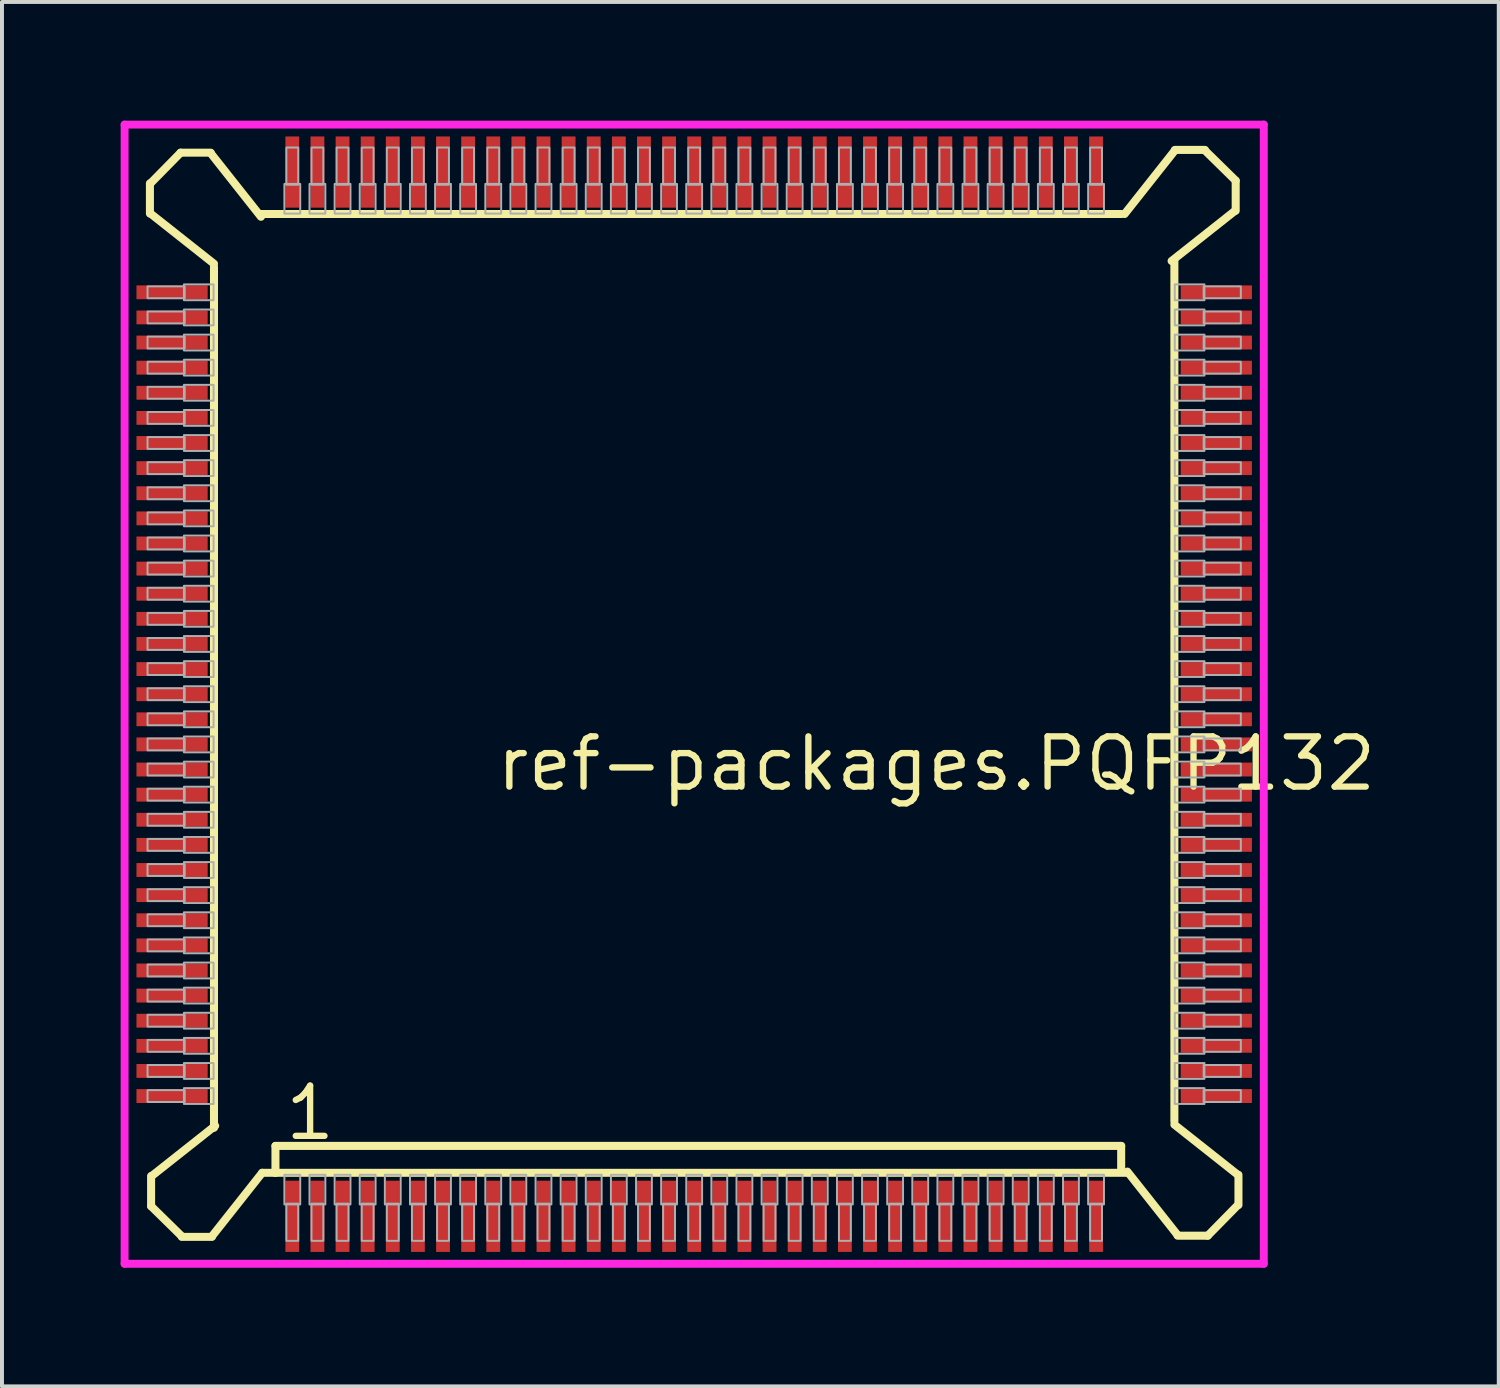
<source format=kicad_pcb>
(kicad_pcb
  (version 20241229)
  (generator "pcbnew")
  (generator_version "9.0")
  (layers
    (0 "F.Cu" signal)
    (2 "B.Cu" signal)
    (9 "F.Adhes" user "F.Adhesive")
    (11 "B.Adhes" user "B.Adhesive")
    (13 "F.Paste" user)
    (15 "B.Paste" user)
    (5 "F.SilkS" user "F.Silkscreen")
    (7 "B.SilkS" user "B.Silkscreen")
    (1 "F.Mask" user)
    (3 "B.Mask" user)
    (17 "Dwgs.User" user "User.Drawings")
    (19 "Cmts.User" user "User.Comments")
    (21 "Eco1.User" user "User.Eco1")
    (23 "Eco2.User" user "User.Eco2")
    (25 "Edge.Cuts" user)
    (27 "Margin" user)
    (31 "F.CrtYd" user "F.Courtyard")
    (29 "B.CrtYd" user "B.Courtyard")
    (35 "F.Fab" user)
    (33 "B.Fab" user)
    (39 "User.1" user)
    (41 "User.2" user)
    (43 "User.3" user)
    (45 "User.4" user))
  (footprint "ref-packages.PQFP132"
    (layer "F.Cu")
    (at 14.5 14.5)
    (property "Reference" "ref-packages.PQFP132" (at -5.08 2.5 0) (layer "F.SilkS") (effects (font (size 1.27 1.27) (thickness 0.16)) (justify left bottom)))
    (attr smd)
    (fp_line (start -13.76 -12.914) (end -13.76 -12.152) (stroke (width 0.203) (type default)) (layer "F.SilkS"))
    (fp_line (start -13.746 -12.152) (end -12.14 -10.882) (stroke (width 0.203) (type default)) (layer "F.SilkS"))
    (fp_line (start -13.73 12.182) (end -13.73 12.944) (stroke (width 0.203) (type default)) (layer "F.SilkS"))
    (fp_line (start -13.73 12.944) (end -12.954 13.706) (stroke (width 0.203) (type default)) (layer "F.SilkS"))
    (fp_line (start -12.984 -13.69) (end -13.746 -12.914) (stroke (width 0.203) (type default)) (layer "F.SilkS"))
    (fp_line (start -12.954 13.72) (end -12.192 13.72) (stroke (width 0.203) (type default)) (layer "F.SilkS"))
    (fp_line (start -12.222 -13.69) (end -12.984 -13.69) (stroke (width 0.203) (type default)) (layer "F.SilkS"))
    (fp_line (start -12.192 13.706) (end -10.922 12.1) (stroke (width 0.203) (type default)) (layer "F.SilkS"))
    (fp_line (start -12.14 -10.8) (end -12.14 10.962) (stroke (width 0.203) (type default)) (layer "F.SilkS"))
    (fp_line (start -12.11 10.912) (end -13.716 12.182) (stroke (width 0.203) (type default)) (layer "F.SilkS"))
    (fp_line (start -10.952 -12.07) (end -12.222 -13.676) (stroke (width 0.203) (type default)) (layer "F.SilkS"))
    (fp_line (start -10.922 12.1) (end -10.586 12.1) (stroke (width 0.203) (type default)) (layer "F.SilkS"))
    (fp_line (start -10.586 11.42) (end 10.795 11.42) (stroke (width 0.203) (type default)) (layer "F.SilkS"))
    (fp_line (start -10.586 12.1) (end -10.586 11.42) (stroke (width 0.203) (type default)) (layer "F.SilkS"))
    (fp_line (start -10.586 12.1) (end 10.922 12.1) (stroke (width 0.203) (type default)) (layer "F.SilkS"))
    (fp_line (start 10.795 11.42) (end 10.795 12.055) (stroke (width 0.203) (type default)) (layer "F.SilkS"))
    (fp_line (start 10.8 -12.14) (end -10.962 -12.14) (stroke (width 0.203) (type default)) (layer "F.SilkS"))
    (fp_line (start 10.952 12.07) (end 12.222 13.676) (stroke (width 0.203) (type default)) (layer "F.SilkS"))
    (fp_line (start 12.07 -10.952) (end 13.676 -12.222) (stroke (width 0.203) (type default)) (layer "F.SilkS"))
    (fp_line (start 12.14 10.8) (end 12.14 -10.962) (stroke (width 0.203) (type default)) (layer "F.SilkS"))
    (fp_line (start 12.152 -13.746) (end 10.882 -12.14) (stroke (width 0.203) (type default)) (layer "F.SilkS"))
    (fp_line (start 12.222 13.69) (end 12.984 13.69) (stroke (width 0.203) (type default)) (layer "F.SilkS"))
    (fp_line (start 12.914 -13.76) (end 12.152 -13.76) (stroke (width 0.203) (type default)) (layer "F.SilkS"))
    (fp_line (start 12.984 13.69) (end 13.746 12.914) (stroke (width 0.203) (type default)) (layer "F.SilkS"))
    (fp_line (start 13.69 -12.984) (end 12.914 -13.746) (stroke (width 0.203) (type default)) (layer "F.SilkS"))
    (fp_line (start 13.69 -12.222) (end 13.69 -12.984) (stroke (width 0.203) (type default)) (layer "F.SilkS"))
    (fp_line (start 13.746 12.152) (end 12.14 10.882) (stroke (width 0.203) (type default)) (layer "F.SilkS"))
    (fp_line (start 13.76 12.914) (end 13.76 12.152) (stroke (width 0.203) (type default)) (layer "F.SilkS"))
    (fp_line (start -14.4 -14.4) (end 14.4 -14.4) (stroke (width 0.2) (type default)) (layer "F.CrtYd"))
    (fp_line (start -14.4 14.4) (end -14.4 -14.4) (stroke (width 0.2) (type default)) (layer "F.CrtYd"))
    (fp_line (start 14.4 -14.4) (end 14.4 14.4) (stroke (width 0.2) (type default)) (layer "F.CrtYd"))
    (fp_line (start 14.4 14.4) (end -14.4 14.4) (stroke (width 0.2) (type default)) (layer "F.CrtYd"))
    (fp_rect (start -13.82 -10.01) (end -12.88 -10.31) (stroke (width 0.05) (type default)) (fill no) (layer "F.Fab"))
    (fp_rect (start -13.82 -9.375) (end -12.88 -9.675) (stroke (width 0.05) (type default)) (fill no) (layer "F.Fab"))
    (fp_rect (start -13.82 -8.74) (end -12.88 -9.04) (stroke (width 0.05) (type default)) (fill no) (layer "F.Fab"))
    (fp_rect (start -13.82 -8.105) (end -12.88 -8.405) (stroke (width 0.05) (type default)) (fill no) (layer "F.Fab"))
    (fp_rect (start -13.82 -7.47) (end -12.88 -7.77) (stroke (width 0.05) (type default)) (fill no) (layer "F.Fab"))
    (fp_rect (start -13.82 -6.835) (end -12.88 -7.135) (stroke (width 0.05) (type default)) (fill no) (layer "F.Fab"))
    (fp_rect (start -13.82 -6.2) (end -12.88 -6.5) (stroke (width 0.05) (type default)) (fill no) (layer "F.Fab"))
    (fp_rect (start -13.82 -5.565) (end -12.88 -5.865) (stroke (width 0.05) (type default)) (fill no) (layer "F.Fab"))
    (fp_rect (start -13.82 -4.93) (end -12.88 -5.23) (stroke (width 0.05) (type default)) (fill no) (layer "F.Fab"))
    (fp_rect (start -13.82 -4.295) (end -12.88 -4.595) (stroke (width 0.05) (type default)) (fill no) (layer "F.Fab"))
    (fp_rect (start -13.82 -3.66) (end -12.88 -3.96) (stroke (width 0.05) (type default)) (fill no) (layer "F.Fab"))
    (fp_rect (start -13.82 -3.025) (end -12.88 -3.325) (stroke (width 0.05) (type default)) (fill no) (layer "F.Fab"))
    (fp_rect (start -13.82 -2.39) (end -12.88 -2.69) (stroke (width 0.05) (type default)) (fill no) (layer "F.Fab"))
    (fp_rect (start -13.82 -1.755) (end -12.88 -2.055) (stroke (width 0.05) (type default)) (fill no) (layer "F.Fab"))
    (fp_rect (start -13.82 -1.12) (end -12.88 -1.42) (stroke (width 0.05) (type default)) (fill no) (layer "F.Fab"))
    (fp_rect (start -13.82 -0.485) (end -12.88 -0.785) (stroke (width 0.05) (type default)) (fill no) (layer "F.Fab"))
    (fp_rect (start -13.82 0.15) (end -12.88 -0.15) (stroke (width 0.05) (type default)) (fill no) (layer "F.Fab"))
    (fp_rect (start -13.82 0.785) (end -12.88 0.485) (stroke (width 0.05) (type default)) (fill no) (layer "F.Fab"))
    (fp_rect (start -13.82 1.42) (end -12.88 1.12) (stroke (width 0.05) (type default)) (fill no) (layer "F.Fab"))
    (fp_rect (start -13.82 2.055) (end -12.88 1.755) (stroke (width 0.05) (type default)) (fill no) (layer "F.Fab"))
    (fp_rect (start -13.82 2.69) (end -12.88 2.39) (stroke (width 0.05) (type default)) (fill no) (layer "F.Fab"))
    (fp_rect (start -13.82 3.325) (end -12.88 3.025) (stroke (width 0.05) (type default)) (fill no) (layer "F.Fab"))
    (fp_rect (start -13.82 3.96) (end -12.88 3.66) (stroke (width 0.05) (type default)) (fill no) (layer "F.Fab"))
    (fp_rect (start -13.82 4.595) (end -12.88 4.295) (stroke (width 0.05) (type default)) (fill no) (layer "F.Fab"))
    (fp_rect (start -13.82 5.23) (end -12.88 4.93) (stroke (width 0.05) (type default)) (fill no) (layer "F.Fab"))
    (fp_rect (start -13.82 5.865) (end -12.88 5.565) (stroke (width 0.05) (type default)) (fill no) (layer "F.Fab"))
    (fp_rect (start -13.82 6.5) (end -12.88 6.2) (stroke (width 0.05) (type default)) (fill no) (layer "F.Fab"))
    (fp_rect (start -13.82 7.135) (end -12.88 6.835) (stroke (width 0.05) (type default)) (fill no) (layer "F.Fab"))
    (fp_rect (start -13.82 7.77) (end -12.88 7.47) (stroke (width 0.05) (type default)) (fill no) (layer "F.Fab"))
    (fp_rect (start -13.82 8.405) (end -12.88 8.105) (stroke (width 0.05) (type default)) (fill no) (layer "F.Fab"))
    (fp_rect (start -13.82 9.04) (end -12.88 8.74) (stroke (width 0.05) (type default)) (fill no) (layer "F.Fab"))
    (fp_rect (start -13.82 9.675) (end -12.88 9.375) (stroke (width 0.05) (type default)) (fill no) (layer "F.Fab"))
    (fp_rect (start -13.82 10.31) (end -12.88 10.01) (stroke (width 0.05) (type default)) (fill no) (layer "F.Fab"))
    (fp_rect (start -12.9 -9.96) (end -12.15 -10.36) (stroke (width 0.05) (type default)) (fill no) (layer "F.Fab"))
    (fp_rect (start -12.9 -9.325) (end -12.15 -9.725) (stroke (width 0.05) (type default)) (fill no) (layer "F.Fab"))
    (fp_rect (start -12.9 -8.69) (end -12.15 -9.09) (stroke (width 0.05) (type default)) (fill no) (layer "F.Fab"))
    (fp_rect (start -12.9 -8.055) (end -12.15 -8.455) (stroke (width 0.05) (type default)) (fill no) (layer "F.Fab"))
    (fp_rect (start -12.9 -7.42) (end -12.15 -7.82) (stroke (width 0.05) (type default)) (fill no) (layer "F.Fab"))
    (fp_rect (start -12.9 -6.785) (end -12.15 -7.185) (stroke (width 0.05) (type default)) (fill no) (layer "F.Fab"))
    (fp_rect (start -12.9 -6.15) (end -12.15 -6.55) (stroke (width 0.05) (type default)) (fill no) (layer "F.Fab"))
    (fp_rect (start -12.9 -5.515) (end -12.15 -5.915) (stroke (width 0.05) (type default)) (fill no) (layer "F.Fab"))
    (fp_rect (start -12.9 -4.88) (end -12.15 -5.28) (stroke (width 0.05) (type default)) (fill no) (layer "F.Fab"))
    (fp_rect (start -12.9 -4.245) (end -12.15 -4.645) (stroke (width 0.05) (type default)) (fill no) (layer "F.Fab"))
    (fp_rect (start -12.9 -3.61) (end -12.15 -4.01) (stroke (width 0.05) (type default)) (fill no) (layer "F.Fab"))
    (fp_rect (start -12.9 -2.975) (end -12.15 -3.375) (stroke (width 0.05) (type default)) (fill no) (layer "F.Fab"))
    (fp_rect (start -12.9 -2.34) (end -12.15 -2.74) (stroke (width 0.05) (type default)) (fill no) (layer "F.Fab"))
    (fp_rect (start -12.9 -1.705) (end -12.15 -2.105) (stroke (width 0.05) (type default)) (fill no) (layer "F.Fab"))
    (fp_rect (start -12.9 -1.07) (end -12.15 -1.47) (stroke (width 0.05) (type default)) (fill no) (layer "F.Fab"))
    (fp_rect (start -12.9 -0.435) (end -12.15 -0.835) (stroke (width 0.05) (type default)) (fill no) (layer "F.Fab"))
    (fp_rect (start -12.9 0.2) (end -12.15 -0.2) (stroke (width 0.05) (type default)) (fill no) (layer "F.Fab"))
    (fp_rect (start -12.9 0.835) (end -12.15 0.435) (stroke (width 0.05) (type default)) (fill no) (layer "F.Fab"))
    (fp_rect (start -12.9 1.47) (end -12.15 1.07) (stroke (width 0.05) (type default)) (fill no) (layer "F.Fab"))
    (fp_rect (start -12.9 2.105) (end -12.15 1.705) (stroke (width 0.05) (type default)) (fill no) (layer "F.Fab"))
    (fp_rect (start -12.9 2.74) (end -12.15 2.34) (stroke (width 0.05) (type default)) (fill no) (layer "F.Fab"))
    (fp_rect (start -12.9 3.375) (end -12.15 2.975) (stroke (width 0.05) (type default)) (fill no) (layer "F.Fab"))
    (fp_rect (start -12.9 4.01) (end -12.15 3.61) (stroke (width 0.05) (type default)) (fill no) (layer "F.Fab"))
    (fp_rect (start -12.9 4.645) (end -12.15 4.245) (stroke (width 0.05) (type default)) (fill no) (layer "F.Fab"))
    (fp_rect (start -12.9 5.28) (end -12.15 4.88) (stroke (width 0.05) (type default)) (fill no) (layer "F.Fab"))
    (fp_rect (start -12.9 5.915) (end -12.15 5.515) (stroke (width 0.05) (type default)) (fill no) (layer "F.Fab"))
    (fp_rect (start -12.9 6.55) (end -12.15 6.15) (stroke (width 0.05) (type default)) (fill no) (layer "F.Fab"))
    (fp_rect (start -12.9 7.185) (end -12.15 6.785) (stroke (width 0.05) (type default)) (fill no) (layer "F.Fab"))
    (fp_rect (start -12.9 7.82) (end -12.15 7.42) (stroke (width 0.05) (type default)) (fill no) (layer "F.Fab"))
    (fp_rect (start -12.9 8.455) (end -12.15 8.055) (stroke (width 0.05) (type default)) (fill no) (layer "F.Fab"))
    (fp_rect (start -12.9 9.09) (end -12.15 8.69) (stroke (width 0.05) (type default)) (fill no) (layer "F.Fab"))
    (fp_rect (start -12.9 9.725) (end -12.15 9.325) (stroke (width 0.05) (type default)) (fill no) (layer "F.Fab"))
    (fp_rect (start -12.9 10.36) (end -12.15 9.96) (stroke (width 0.05) (type default)) (fill no) (layer "F.Fab"))
    (fp_rect (start -10.36 -12.15) (end -9.96 -12.9) (stroke (width 0.05) (type default)) (fill no) (layer "F.Fab"))
    (fp_rect (start -10.36 12.9) (end -9.96 12.15) (stroke (width 0.05) (type default)) (fill no) (layer "F.Fab"))
    (fp_rect (start -10.31 -12.88) (end -10.01 -13.82) (stroke (width 0.05) (type default)) (fill no) (layer "F.Fab"))
    (fp_rect (start -10.31 13.82) (end -10.01 12.88) (stroke (width 0.05) (type default)) (fill no) (layer "F.Fab"))
    (fp_rect (start -9.725 -12.15) (end -9.325 -12.9) (stroke (width 0.05) (type default)) (fill no) (layer "F.Fab"))
    (fp_rect (start -9.725 12.9) (end -9.325 12.15) (stroke (width 0.05) (type default)) (fill no) (layer "F.Fab"))
    (fp_rect (start -9.675 -12.88) (end -9.375 -13.82) (stroke (width 0.05) (type default)) (fill no) (layer "F.Fab"))
    (fp_rect (start -9.675 13.82) (end -9.375 12.88) (stroke (width 0.05) (type default)) (fill no) (layer "F.Fab"))
    (fp_rect (start -9.09 -12.15) (end -8.69 -12.9) (stroke (width 0.05) (type default)) (fill no) (layer "F.Fab"))
    (fp_rect (start -9.09 12.9) (end -8.69 12.15) (stroke (width 0.05) (type default)) (fill no) (layer "F.Fab"))
    (fp_rect (start -9.04 -12.88) (end -8.74 -13.82) (stroke (width 0.05) (type default)) (fill no) (layer "F.Fab"))
    (fp_rect (start -9.04 13.82) (end -8.74 12.88) (stroke (width 0.05) (type default)) (fill no) (layer "F.Fab"))
    (fp_rect (start -8.455 -12.15) (end -8.055 -12.9) (stroke (width 0.05) (type default)) (fill no) (layer "F.Fab"))
    (fp_rect (start -8.455 12.9) (end -8.055 12.15) (stroke (width 0.05) (type default)) (fill no) (layer "F.Fab"))
    (fp_rect (start -8.405 -12.88) (end -8.105 -13.82) (stroke (width 0.05) (type default)) (fill no) (layer "F.Fab"))
    (fp_rect (start -8.405 13.82) (end -8.105 12.88) (stroke (width 0.05) (type default)) (fill no) (layer "F.Fab"))
    (fp_rect (start -7.82 -12.15) (end -7.42 -12.9) (stroke (width 0.05) (type default)) (fill no) (layer "F.Fab"))
    (fp_rect (start -7.82 12.9) (end -7.42 12.15) (stroke (width 0.05) (type default)) (fill no) (layer "F.Fab"))
    (fp_rect (start -7.77 -12.88) (end -7.47 -13.82) (stroke (width 0.05) (type default)) (fill no) (layer "F.Fab"))
    (fp_rect (start -7.77 13.82) (end -7.47 12.88) (stroke (width 0.05) (type default)) (fill no) (layer "F.Fab"))
    (fp_rect (start -7.185 -12.15) (end -6.785 -12.9) (stroke (width 0.05) (type default)) (fill no) (layer "F.Fab"))
    (fp_rect (start -7.185 12.9) (end -6.785 12.15) (stroke (width 0.05) (type default)) (fill no) (layer "F.Fab"))
    (fp_rect (start -7.135 -12.88) (end -6.835 -13.82) (stroke (width 0.05) (type default)) (fill no) (layer "F.Fab"))
    (fp_rect (start -7.135 13.82) (end -6.835 12.88) (stroke (width 0.05) (type default)) (fill no) (layer "F.Fab"))
    (fp_rect (start -6.55 -12.15) (end -6.15 -12.9) (stroke (width 0.05) (type default)) (fill no) (layer "F.Fab"))
    (fp_rect (start -6.55 12.9) (end -6.15 12.15) (stroke (width 0.05) (type default)) (fill no) (layer "F.Fab"))
    (fp_rect (start -6.5 -12.88) (end -6.2 -13.82) (stroke (width 0.05) (type default)) (fill no) (layer "F.Fab"))
    (fp_rect (start -6.5 13.82) (end -6.2 12.88) (stroke (width 0.05) (type default)) (fill no) (layer "F.Fab"))
    (fp_rect (start -5.915 -12.15) (end -5.515 -12.9) (stroke (width 0.05) (type default)) (fill no) (layer "F.Fab"))
    (fp_rect (start -5.915 12.9) (end -5.515 12.15) (stroke (width 0.05) (type default)) (fill no) (layer "F.Fab"))
    (fp_rect (start -5.865 -12.88) (end -5.565 -13.82) (stroke (width 0.05) (type default)) (fill no) (layer "F.Fab"))
    (fp_rect (start -5.865 13.82) (end -5.565 12.88) (stroke (width 0.05) (type default)) (fill no) (layer "F.Fab"))
    (fp_rect (start -5.28 -12.15) (end -4.88 -12.9) (stroke (width 0.05) (type default)) (fill no) (layer "F.Fab"))
    (fp_rect (start -5.28 12.9) (end -4.88 12.15) (stroke (width 0.05) (type default)) (fill no) (layer "F.Fab"))
    (fp_rect (start -5.23 -12.88) (end -4.93 -13.82) (stroke (width 0.05) (type default)) (fill no) (layer "F.Fab"))
    (fp_rect (start -5.23 13.82) (end -4.93 12.88) (stroke (width 0.05) (type default)) (fill no) (layer "F.Fab"))
    (fp_rect (start -4.645 -12.15) (end -4.245 -12.9) (stroke (width 0.05) (type default)) (fill no) (layer "F.Fab"))
    (fp_rect (start -4.645 12.9) (end -4.245 12.15) (stroke (width 0.05) (type default)) (fill no) (layer "F.Fab"))
    (fp_rect (start -4.595 -12.88) (end -4.295 -13.82) (stroke (width 0.05) (type default)) (fill no) (layer "F.Fab"))
    (fp_rect (start -4.595 13.82) (end -4.295 12.88) (stroke (width 0.05) (type default)) (fill no) (layer "F.Fab"))
    (fp_rect (start -4.01 -12.15) (end -3.61 -12.9) (stroke (width 0.05) (type default)) (fill no) (layer "F.Fab"))
    (fp_rect (start -4.01 12.9) (end -3.61 12.15) (stroke (width 0.05) (type default)) (fill no) (layer "F.Fab"))
    (fp_rect (start -3.96 -12.88) (end -3.66 -13.82) (stroke (width 0.05) (type default)) (fill no) (layer "F.Fab"))
    (fp_rect (start -3.96 13.82) (end -3.66 12.88) (stroke (width 0.05) (type default)) (fill no) (layer "F.Fab"))
    (fp_rect (start -3.375 -12.15) (end -2.975 -12.9) (stroke (width 0.05) (type default)) (fill no) (layer "F.Fab"))
    (fp_rect (start -3.375 12.9) (end -2.975 12.15) (stroke (width 0.05) (type default)) (fill no) (layer "F.Fab"))
    (fp_rect (start -3.325 -12.88) (end -3.025 -13.82) (stroke (width 0.05) (type default)) (fill no) (layer "F.Fab"))
    (fp_rect (start -3.325 13.82) (end -3.025 12.88) (stroke (width 0.05) (type default)) (fill no) (layer "F.Fab"))
    (fp_rect (start -2.74 -12.15) (end -2.34 -12.9) (stroke (width 0.05) (type default)) (fill no) (layer "F.Fab"))
    (fp_rect (start -2.74 12.9) (end -2.34 12.15) (stroke (width 0.05) (type default)) (fill no) (layer "F.Fab"))
    (fp_rect (start -2.69 -12.88) (end -2.39 -13.82) (stroke (width 0.05) (type default)) (fill no) (layer "F.Fab"))
    (fp_rect (start -2.69 13.82) (end -2.39 12.88) (stroke (width 0.05) (type default)) (fill no) (layer "F.Fab"))
    (fp_rect (start -2.105 -12.15) (end -1.705 -12.9) (stroke (width 0.05) (type default)) (fill no) (layer "F.Fab"))
    (fp_rect (start -2.105 12.9) (end -1.705 12.15) (stroke (width 0.05) (type default)) (fill no) (layer "F.Fab"))
    (fp_rect (start -2.055 -12.88) (end -1.755 -13.82) (stroke (width 0.05) (type default)) (fill no) (layer "F.Fab"))
    (fp_rect (start -2.055 13.82) (end -1.755 12.88) (stroke (width 0.05) (type default)) (fill no) (layer "F.Fab"))
    (fp_rect (start -1.47 -12.15) (end -1.07 -12.9) (stroke (width 0.05) (type default)) (fill no) (layer "F.Fab"))
    (fp_rect (start -1.47 12.9) (end -1.07 12.15) (stroke (width 0.05) (type default)) (fill no) (layer "F.Fab"))
    (fp_rect (start -1.42 -12.88) (end -1.12 -13.82) (stroke (width 0.05) (type default)) (fill no) (layer "F.Fab"))
    (fp_rect (start -1.42 13.82) (end -1.12 12.88) (stroke (width 0.05) (type default)) (fill no) (layer "F.Fab"))
    (fp_rect (start -0.835 -12.15) (end -0.435 -12.9) (stroke (width 0.05) (type default)) (fill no) (layer "F.Fab"))
    (fp_rect (start -0.835 12.9) (end -0.435 12.15) (stroke (width 0.05) (type default)) (fill no) (layer "F.Fab"))
    (fp_rect (start -0.785 -12.88) (end -0.485 -13.82) (stroke (width 0.05) (type default)) (fill no) (layer "F.Fab"))
    (fp_rect (start -0.785 13.82) (end -0.485 12.88) (stroke (width 0.05) (type default)) (fill no) (layer "F.Fab"))
    (fp_rect (start -0.2 -12.15) (end 0.2 -12.9) (stroke (width 0.05) (type default)) (fill no) (layer "F.Fab"))
    (fp_rect (start -0.2 12.9) (end 0.2 12.15) (stroke (width 0.05) (type default)) (fill no) (layer "F.Fab"))
    (fp_rect (start -0.15 -12.88) (end 0.15 -13.82) (stroke (width 0.05) (type default)) (fill no) (layer "F.Fab"))
    (fp_rect (start -0.15 13.82) (end 0.15 12.88) (stroke (width 0.05) (type default)) (fill no) (layer "F.Fab"))
    (fp_rect (start 0.435 -12.15) (end 0.835 -12.9) (stroke (width 0.05) (type default)) (fill no) (layer "F.Fab"))
    (fp_rect (start 0.435 12.9) (end 0.835 12.15) (stroke (width 0.05) (type default)) (fill no) (layer "F.Fab"))
    (fp_rect (start 0.485 -12.88) (end 0.785 -13.82) (stroke (width 0.05) (type default)) (fill no) (layer "F.Fab"))
    (fp_rect (start 0.485 13.82) (end 0.785 12.88) (stroke (width 0.05) (type default)) (fill no) (layer "F.Fab"))
    (fp_rect (start 1.07 -12.15) (end 1.47 -12.9) (stroke (width 0.05) (type default)) (fill no) (layer "F.Fab"))
    (fp_rect (start 1.07 12.9) (end 1.47 12.15) (stroke (width 0.05) (type default)) (fill no) (layer "F.Fab"))
    (fp_rect (start 1.12 -12.88) (end 1.42 -13.82) (stroke (width 0.05) (type default)) (fill no) (layer "F.Fab"))
    (fp_rect (start 1.12 13.82) (end 1.42 12.88) (stroke (width 0.05) (type default)) (fill no) (layer "F.Fab"))
    (fp_rect (start 1.705 -12.15) (end 2.105 -12.9) (stroke (width 0.05) (type default)) (fill no) (layer "F.Fab"))
    (fp_rect (start 1.705 12.9) (end 2.105 12.15) (stroke (width 0.05) (type default)) (fill no) (layer "F.Fab"))
    (fp_rect (start 1.755 -12.88) (end 2.055 -13.82) (stroke (width 0.05) (type default)) (fill no) (layer "F.Fab"))
    (fp_rect (start 1.755 13.82) (end 2.055 12.88) (stroke (width 0.05) (type default)) (fill no) (layer "F.Fab"))
    (fp_rect (start 2.34 -12.15) (end 2.74 -12.9) (stroke (width 0.05) (type default)) (fill no) (layer "F.Fab"))
    (fp_rect (start 2.34 12.9) (end 2.74 12.15) (stroke (width 0.05) (type default)) (fill no) (layer "F.Fab"))
    (fp_rect (start 2.39 -12.88) (end 2.69 -13.82) (stroke (width 0.05) (type default)) (fill no) (layer "F.Fab"))
    (fp_rect (start 2.39 13.82) (end 2.69 12.88) (stroke (width 0.05) (type default)) (fill no) (layer "F.Fab"))
    (fp_rect (start 2.975 -12.15) (end 3.375 -12.9) (stroke (width 0.05) (type default)) (fill no) (layer "F.Fab"))
    (fp_rect (start 2.975 12.9) (end 3.375 12.15) (stroke (width 0.05) (type default)) (fill no) (layer "F.Fab"))
    (fp_rect (start 3.025 -12.88) (end 3.325 -13.82) (stroke (width 0.05) (type default)) (fill no) (layer "F.Fab"))
    (fp_rect (start 3.025 13.82) (end 3.325 12.88) (stroke (width 0.05) (type default)) (fill no) (layer "F.Fab"))
    (fp_rect (start 3.61 -12.15) (end 4.01 -12.9) (stroke (width 0.05) (type default)) (fill no) (layer "F.Fab"))
    (fp_rect (start 3.61 12.9) (end 4.01 12.15) (stroke (width 0.05) (type default)) (fill no) (layer "F.Fab"))
    (fp_rect (start 3.66 -12.88) (end 3.96 -13.82) (stroke (width 0.05) (type default)) (fill no) (layer "F.Fab"))
    (fp_rect (start 3.66 13.82) (end 3.96 12.88) (stroke (width 0.05) (type default)) (fill no) (layer "F.Fab"))
    (fp_rect (start 4.245 -12.15) (end 4.645 -12.9) (stroke (width 0.05) (type default)) (fill no) (layer "F.Fab"))
    (fp_rect (start 4.245 12.9) (end 4.645 12.15) (stroke (width 0.05) (type default)) (fill no) (layer "F.Fab"))
    (fp_rect (start 4.295 -12.88) (end 4.595 -13.82) (stroke (width 0.05) (type default)) (fill no) (layer "F.Fab"))
    (fp_rect (start 4.295 13.82) (end 4.595 12.88) (stroke (width 0.05) (type default)) (fill no) (layer "F.Fab"))
    (fp_rect (start 4.88 -12.15) (end 5.28 -12.9) (stroke (width 0.05) (type default)) (fill no) (layer "F.Fab"))
    (fp_rect (start 4.88 12.9) (end 5.28 12.15) (stroke (width 0.05) (type default)) (fill no) (layer "F.Fab"))
    (fp_rect (start 4.93 -12.88) (end 5.23 -13.82) (stroke (width 0.05) (type default)) (fill no) (layer "F.Fab"))
    (fp_rect (start 4.93 13.82) (end 5.23 12.88) (stroke (width 0.05) (type default)) (fill no) (layer "F.Fab"))
    (fp_rect (start 5.515 -12.15) (end 5.915 -12.9) (stroke (width 0.05) (type default)) (fill no) (layer "F.Fab"))
    (fp_rect (start 5.515 12.9) (end 5.915 12.15) (stroke (width 0.05) (type default)) (fill no) (layer "F.Fab"))
    (fp_rect (start 5.565 -12.88) (end 5.865 -13.82) (stroke (width 0.05) (type default)) (fill no) (layer "F.Fab"))
    (fp_rect (start 5.565 13.82) (end 5.865 12.88) (stroke (width 0.05) (type default)) (fill no) (layer "F.Fab"))
    (fp_rect (start 6.15 -12.15) (end 6.55 -12.9) (stroke (width 0.05) (type default)) (fill no) (layer "F.Fab"))
    (fp_rect (start 6.15 12.9) (end 6.55 12.15) (stroke (width 0.05) (type default)) (fill no) (layer "F.Fab"))
    (fp_rect (start 6.2 -12.88) (end 6.5 -13.82) (stroke (width 0.05) (type default)) (fill no) (layer "F.Fab"))
    (fp_rect (start 6.2 13.82) (end 6.5 12.88) (stroke (width 0.05) (type default)) (fill no) (layer "F.Fab"))
    (fp_rect (start 6.785 -12.15) (end 7.185 -12.9) (stroke (width 0.05) (type default)) (fill no) (layer "F.Fab"))
    (fp_rect (start 6.785 12.9) (end 7.185 12.15) (stroke (width 0.05) (type default)) (fill no) (layer "F.Fab"))
    (fp_rect (start 6.835 -12.88) (end 7.135 -13.82) (stroke (width 0.05) (type default)) (fill no) (layer "F.Fab"))
    (fp_rect (start 6.835 13.82) (end 7.135 12.88) (stroke (width 0.05) (type default)) (fill no) (layer "F.Fab"))
    (fp_rect (start 7.42 -12.15) (end 7.82 -12.9) (stroke (width 0.05) (type default)) (fill no) (layer "F.Fab"))
    (fp_rect (start 7.42 12.9) (end 7.82 12.15) (stroke (width 0.05) (type default)) (fill no) (layer "F.Fab"))
    (fp_rect (start 7.47 -12.88) (end 7.77 -13.82) (stroke (width 0.05) (type default)) (fill no) (layer "F.Fab"))
    (fp_rect (start 7.47 13.82) (end 7.77 12.88) (stroke (width 0.05) (type default)) (fill no) (layer "F.Fab"))
    (fp_rect (start 8.055 -12.15) (end 8.455 -12.9) (stroke (width 0.05) (type default)) (fill no) (layer "F.Fab"))
    (fp_rect (start 8.055 12.9) (end 8.455 12.15) (stroke (width 0.05) (type default)) (fill no) (layer "F.Fab"))
    (fp_rect (start 8.105 -12.88) (end 8.405 -13.82) (stroke (width 0.05) (type default)) (fill no) (layer "F.Fab"))
    (fp_rect (start 8.105 13.82) (end 8.405 12.88) (stroke (width 0.05) (type default)) (fill no) (layer "F.Fab"))
    (fp_rect (start 8.69 -12.15) (end 9.09 -12.9) (stroke (width 0.05) (type default)) (fill no) (layer "F.Fab"))
    (fp_rect (start 8.69 12.9) (end 9.09 12.15) (stroke (width 0.05) (type default)) (fill no) (layer "F.Fab"))
    (fp_rect (start 8.74 -12.88) (end 9.04 -13.82) (stroke (width 0.05) (type default)) (fill no) (layer "F.Fab"))
    (fp_rect (start 8.74 13.82) (end 9.04 12.88) (stroke (width 0.05) (type default)) (fill no) (layer "F.Fab"))
    (fp_rect (start 9.325 -12.15) (end 9.725 -12.9) (stroke (width 0.05) (type default)) (fill no) (layer "F.Fab"))
    (fp_rect (start 9.325 12.9) (end 9.725 12.15) (stroke (width 0.05) (type default)) (fill no) (layer "F.Fab"))
    (fp_rect (start 9.375 -12.88) (end 9.675 -13.82) (stroke (width 0.05) (type default)) (fill no) (layer "F.Fab"))
    (fp_rect (start 9.375 13.82) (end 9.675 12.88) (stroke (width 0.05) (type default)) (fill no) (layer "F.Fab"))
    (fp_rect (start 9.96 -12.15) (end 10.36 -12.9) (stroke (width 0.05) (type default)) (fill no) (layer "F.Fab"))
    (fp_rect (start 9.96 12.9) (end 10.36 12.15) (stroke (width 0.05) (type default)) (fill no) (layer "F.Fab"))
    (fp_rect (start 10.01 -12.88) (end 10.31 -13.82) (stroke (width 0.05) (type default)) (fill no) (layer "F.Fab"))
    (fp_rect (start 10.01 13.82) (end 10.31 12.88) (stroke (width 0.05) (type default)) (fill no) (layer "F.Fab"))
    (fp_rect (start 12.15 -9.96) (end 12.9 -10.36) (stroke (width 0.05) (type default)) (fill no) (layer "F.Fab"))
    (fp_rect (start 12.15 -9.325) (end 12.9 -9.725) (stroke (width 0.05) (type default)) (fill no) (layer "F.Fab"))
    (fp_rect (start 12.15 -8.69) (end 12.9 -9.09) (stroke (width 0.05) (type default)) (fill no) (layer "F.Fab"))
    (fp_rect (start 12.15 -8.055) (end 12.9 -8.455) (stroke (width 0.05) (type default)) (fill no) (layer "F.Fab"))
    (fp_rect (start 12.15 -7.42) (end 12.9 -7.82) (stroke (width 0.05) (type default)) (fill no) (layer "F.Fab"))
    (fp_rect (start 12.15 -6.785) (end 12.9 -7.185) (stroke (width 0.05) (type default)) (fill no) (layer "F.Fab"))
    (fp_rect (start 12.15 -6.15) (end 12.9 -6.55) (stroke (width 0.05) (type default)) (fill no) (layer "F.Fab"))
    (fp_rect (start 12.15 -5.515) (end 12.9 -5.915) (stroke (width 0.05) (type default)) (fill no) (layer "F.Fab"))
    (fp_rect (start 12.15 -4.88) (end 12.9 -5.28) (stroke (width 0.05) (type default)) (fill no) (layer "F.Fab"))
    (fp_rect (start 12.15 -4.245) (end 12.9 -4.645) (stroke (width 0.05) (type default)) (fill no) (layer "F.Fab"))
    (fp_rect (start 12.15 -3.61) (end 12.9 -4.01) (stroke (width 0.05) (type default)) (fill no) (layer "F.Fab"))
    (fp_rect (start 12.15 -2.975) (end 12.9 -3.375) (stroke (width 0.05) (type default)) (fill no) (layer "F.Fab"))
    (fp_rect (start 12.15 -2.34) (end 12.9 -2.74) (stroke (width 0.05) (type default)) (fill no) (layer "F.Fab"))
    (fp_rect (start 12.15 -1.705) (end 12.9 -2.105) (stroke (width 0.05) (type default)) (fill no) (layer "F.Fab"))
    (fp_rect (start 12.15 -1.07) (end 12.9 -1.47) (stroke (width 0.05) (type default)) (fill no) (layer "F.Fab"))
    (fp_rect (start 12.15 -0.435) (end 12.9 -0.835) (stroke (width 0.05) (type default)) (fill no) (layer "F.Fab"))
    (fp_rect (start 12.15 0.2) (end 12.9 -0.2) (stroke (width 0.05) (type default)) (fill no) (layer "F.Fab"))
    (fp_rect (start 12.15 0.835) (end 12.9 0.435) (stroke (width 0.05) (type default)) (fill no) (layer "F.Fab"))
    (fp_rect (start 12.15 1.47) (end 12.9 1.07) (stroke (width 0.05) (type default)) (fill no) (layer "F.Fab"))
    (fp_rect (start 12.15 2.105) (end 12.9 1.705) (stroke (width 0.05) (type default)) (fill no) (layer "F.Fab"))
    (fp_rect (start 12.15 2.74) (end 12.9 2.34) (stroke (width 0.05) (type default)) (fill no) (layer "F.Fab"))
    (fp_rect (start 12.15 3.375) (end 12.9 2.975) (stroke (width 0.05) (type default)) (fill no) (layer "F.Fab"))
    (fp_rect (start 12.15 4.01) (end 12.9 3.61) (stroke (width 0.05) (type default)) (fill no) (layer "F.Fab"))
    (fp_rect (start 12.15 4.645) (end 12.9 4.245) (stroke (width 0.05) (type default)) (fill no) (layer "F.Fab"))
    (fp_rect (start 12.15 5.28) (end 12.9 4.88) (stroke (width 0.05) (type default)) (fill no) (layer "F.Fab"))
    (fp_rect (start 12.15 5.915) (end 12.9 5.515) (stroke (width 0.05) (type default)) (fill no) (layer "F.Fab"))
    (fp_rect (start 12.15 6.55) (end 12.9 6.15) (stroke (width 0.05) (type default)) (fill no) (layer "F.Fab"))
    (fp_rect (start 12.15 7.185) (end 12.9 6.785) (stroke (width 0.05) (type default)) (fill no) (layer "F.Fab"))
    (fp_rect (start 12.15 7.82) (end 12.9 7.42) (stroke (width 0.05) (type default)) (fill no) (layer "F.Fab"))
    (fp_rect (start 12.15 8.455) (end 12.9 8.055) (stroke (width 0.05) (type default)) (fill no) (layer "F.Fab"))
    (fp_rect (start 12.15 9.09) (end 12.9 8.69) (stroke (width 0.05) (type default)) (fill no) (layer "F.Fab"))
    (fp_rect (start 12.15 9.725) (end 12.9 9.325) (stroke (width 0.05) (type default)) (fill no) (layer "F.Fab"))
    (fp_rect (start 12.15 10.36) (end 12.9 9.96) (stroke (width 0.05) (type default)) (fill no) (layer "F.Fab"))
    (fp_rect (start 12.88 -10.01) (end 13.82 -10.31) (stroke (width 0.05) (type default)) (fill no) (layer "F.Fab"))
    (fp_rect (start 12.88 -9.375) (end 13.82 -9.675) (stroke (width 0.05) (type default)) (fill no) (layer "F.Fab"))
    (fp_rect (start 12.88 -8.74) (end 13.82 -9.04) (stroke (width 0.05) (type default)) (fill no) (layer "F.Fab"))
    (fp_rect (start 12.88 -8.105) (end 13.82 -8.405) (stroke (width 0.05) (type default)) (fill no) (layer "F.Fab"))
    (fp_rect (start 12.88 -7.47) (end 13.82 -7.77) (stroke (width 0.05) (type default)) (fill no) (layer "F.Fab"))
    (fp_rect (start 12.88 -6.835) (end 13.82 -7.135) (stroke (width 0.05) (type default)) (fill no) (layer "F.Fab"))
    (fp_rect (start 12.88 -6.2) (end 13.82 -6.5) (stroke (width 0.05) (type default)) (fill no) (layer "F.Fab"))
    (fp_rect (start 12.88 -5.565) (end 13.82 -5.865) (stroke (width 0.05) (type default)) (fill no) (layer "F.Fab"))
    (fp_rect (start 12.88 -4.93) (end 13.82 -5.23) (stroke (width 0.05) (type default)) (fill no) (layer "F.Fab"))
    (fp_rect (start 12.88 -4.295) (end 13.82 -4.595) (stroke (width 0.05) (type default)) (fill no) (layer "F.Fab"))
    (fp_rect (start 12.88 -3.66) (end 13.82 -3.96) (stroke (width 0.05) (type default)) (fill no) (layer "F.Fab"))
    (fp_rect (start 12.88 -3.025) (end 13.82 -3.325) (stroke (width 0.05) (type default)) (fill no) (layer "F.Fab"))
    (fp_rect (start 12.88 -2.39) (end 13.82 -2.69) (stroke (width 0.05) (type default)) (fill no) (layer "F.Fab"))
    (fp_rect (start 12.88 -1.755) (end 13.82 -2.055) (stroke (width 0.05) (type default)) (fill no) (layer "F.Fab"))
    (fp_rect (start 12.88 -1.12) (end 13.82 -1.42) (stroke (width 0.05) (type default)) (fill no) (layer "F.Fab"))
    (fp_rect (start 12.88 -0.485) (end 13.82 -0.785) (stroke (width 0.05) (type default)) (fill no) (layer "F.Fab"))
    (fp_rect (start 12.88 0.15) (end 13.82 -0.15) (stroke (width 0.05) (type default)) (fill no) (layer "F.Fab"))
    (fp_rect (start 12.88 0.785) (end 13.82 0.485) (stroke (width 0.05) (type default)) (fill no) (layer "F.Fab"))
    (fp_rect (start 12.88 1.42) (end 13.82 1.12) (stroke (width 0.05) (type default)) (fill no) (layer "F.Fab"))
    (fp_rect (start 12.88 2.055) (end 13.82 1.755) (stroke (width 0.05) (type default)) (fill no) (layer "F.Fab"))
    (fp_rect (start 12.88 2.69) (end 13.82 2.39) (stroke (width 0.05) (type default)) (fill no) (layer "F.Fab"))
    (fp_rect (start 12.88 3.325) (end 13.82 3.025) (stroke (width 0.05) (type default)) (fill no) (layer "F.Fab"))
    (fp_rect (start 12.88 3.96) (end 13.82 3.66) (stroke (width 0.05) (type default)) (fill no) (layer "F.Fab"))
    (fp_rect (start 12.88 4.595) (end 13.82 4.295) (stroke (width 0.05) (type default)) (fill no) (layer "F.Fab"))
    (fp_rect (start 12.88 5.23) (end 13.82 4.93) (stroke (width 0.05) (type default)) (fill no) (layer "F.Fab"))
    (fp_rect (start 12.88 5.865) (end 13.82 5.565) (stroke (width 0.05) (type default)) (fill no) (layer "F.Fab"))
    (fp_rect (start 12.88 6.5) (end 13.82 6.2) (stroke (width 0.05) (type default)) (fill no) (layer "F.Fab"))
    (fp_rect (start 12.88 7.135) (end 13.82 6.835) (stroke (width 0.05) (type default)) (fill no) (layer "F.Fab"))
    (fp_rect (start 12.88 7.77) (end 13.82 7.47) (stroke (width 0.05) (type default)) (fill no) (layer "F.Fab"))
    (fp_rect (start 12.88 8.405) (end 13.82 8.105) (stroke (width 0.05) (type default)) (fill no) (layer "F.Fab"))
    (fp_rect (start 12.88 9.04) (end 13.82 8.74) (stroke (width 0.05) (type default)) (fill no) (layer "F.Fab"))
    (fp_rect (start 12.88 9.675) (end 13.82 9.375) (stroke (width 0.05) (type default)) (fill no) (layer "F.Fab"))
    (fp_rect (start 12.88 10.31) (end 13.82 10.01) (stroke (width 0.05) (type default)) (fill no) (layer "F.Fab"))
    (fp_text user "1" (at -10.42 11.33 0) (layer "F.SilkS") (effects (font (size 1.27 1.27) (thickness 0.16)) (justify left bottom)))
    (pad "1" smd roundrect (at -10.16 13.2) (size 0.35 1.8) (layers "F.Cu" "F.Mask" "F.Paste") (roundrect_rratio 0.01))
    (pad "2" smd roundrect (at -9.525 13.2) (size 0.35 1.8) (layers "F.Cu" "F.Mask" "F.Paste") (roundrect_rratio 0.01))
    (pad "3" smd roundrect (at -8.89 13.2) (size 0.35 1.8) (layers "F.Cu" "F.Mask" "F.Paste") (roundrect_rratio 0.01))
    (pad "4" smd roundrect (at -8.255 13.2) (size 0.35 1.8) (layers "F.Cu" "F.Mask" "F.Paste") (roundrect_rratio 0.01))
    (pad "5" smd roundrect (at -7.62 13.2) (size 0.35 1.8) (layers "F.Cu" "F.Mask" "F.Paste") (roundrect_rratio 0.01))
    (pad "6" smd roundrect (at -6.985 13.2) (size 0.35 1.8) (layers "F.Cu" "F.Mask" "F.Paste") (roundrect_rratio 0.01))
    (pad "7" smd roundrect (at -6.35 13.2) (size 0.35 1.8) (layers "F.Cu" "F.Mask" "F.Paste") (roundrect_rratio 0.01))
    (pad "8" smd roundrect (at -5.715 13.2) (size 0.35 1.8) (layers "F.Cu" "F.Mask" "F.Paste") (roundrect_rratio 0.01))
    (pad "9" smd roundrect (at -5.08 13.2) (size 0.35 1.8) (layers "F.Cu" "F.Mask" "F.Paste") (roundrect_rratio 0.01))
    (pad "10" smd roundrect (at -4.445 13.2) (size 0.35 1.8) (layers "F.Cu" "F.Mask" "F.Paste") (roundrect_rratio 0.01))
    (pad "11" smd roundrect (at -3.81 13.2) (size 0.35 1.8) (layers "F.Cu" "F.Mask" "F.Paste") (roundrect_rratio 0.01))
    (pad "12" smd roundrect (at -3.175 13.2) (size 0.35 1.8) (layers "F.Cu" "F.Mask" "F.Paste") (roundrect_rratio 0.01))
    (pad "13" smd roundrect (at -2.54 13.2) (size 0.35 1.8) (layers "F.Cu" "F.Mask" "F.Paste") (roundrect_rratio 0.01))
    (pad "14" smd roundrect (at -1.905 13.2) (size 0.35 1.8) (layers "F.Cu" "F.Mask" "F.Paste") (roundrect_rratio 0.01))
    (pad "15" smd roundrect (at -1.27 13.2) (size 0.35 1.8) (layers "F.Cu" "F.Mask" "F.Paste") (roundrect_rratio 0.01))
    (pad "16" smd roundrect (at -0.635 13.2) (size 0.35 1.8) (layers "F.Cu" "F.Mask" "F.Paste") (roundrect_rratio 0.01))
    (pad "17" smd roundrect (at 0 13.2) (size 0.35 1.8) (layers "F.Cu" "F.Mask" "F.Paste") (roundrect_rratio 0.01))
    (pad "18" smd roundrect (at 0.635 13.2) (size 0.35 1.8) (layers "F.Cu" "F.Mask" "F.Paste") (roundrect_rratio 0.01))
    (pad "19" smd roundrect (at 1.27 13.2) (size 0.35 1.8) (layers "F.Cu" "F.Mask" "F.Paste") (roundrect_rratio 0.01))
    (pad "20" smd roundrect (at 1.905 13.2) (size 0.35 1.8) (layers "F.Cu" "F.Mask" "F.Paste") (roundrect_rratio 0.01))
    (pad "21" smd roundrect (at 2.54 13.2) (size 0.35 1.8) (layers "F.Cu" "F.Mask" "F.Paste") (roundrect_rratio 0.01))
    (pad "22" smd roundrect (at 3.175 13.2) (size 0.35 1.8) (layers "F.Cu" "F.Mask" "F.Paste") (roundrect_rratio 0.01))
    (pad "23" smd roundrect (at 3.81 13.2) (size 0.35 1.8) (layers "F.Cu" "F.Mask" "F.Paste") (roundrect_rratio 0.01))
    (pad "24" smd roundrect (at 4.445 13.2) (size 0.35 1.8) (layers "F.Cu" "F.Mask" "F.Paste") (roundrect_rratio 0.01))
    (pad "25" smd roundrect (at 5.08 13.2) (size 0.35 1.8) (layers "F.Cu" "F.Mask" "F.Paste") (roundrect_rratio 0.01))
    (pad "26" smd roundrect (at 5.715 13.2) (size 0.35 1.8) (layers "F.Cu" "F.Mask" "F.Paste") (roundrect_rratio 0.01))
    (pad "27" smd roundrect (at 6.35 13.2) (size 0.35 1.8) (layers "F.Cu" "F.Mask" "F.Paste") (roundrect_rratio 0.01))
    (pad "28" smd roundrect (at 6.985 13.2) (size 0.35 1.8) (layers "F.Cu" "F.Mask" "F.Paste") (roundrect_rratio 0.01))
    (pad "29" smd roundrect (at 7.62 13.2) (size 0.35 1.8) (layers "F.Cu" "F.Mask" "F.Paste") (roundrect_rratio 0.01))
    (pad "30" smd roundrect (at 8.255 13.2) (size 0.35 1.8) (layers "F.Cu" "F.Mask" "F.Paste") (roundrect_rratio 0.01))
    (pad "31" smd roundrect (at 8.89 13.2) (size 0.35 1.8) (layers "F.Cu" "F.Mask" "F.Paste") (roundrect_rratio 0.01))
    (pad "32" smd roundrect (at 9.525 13.2) (size 0.35 1.8) (layers "F.Cu" "F.Mask" "F.Paste") (roundrect_rratio 0.01))
    (pad "33" smd roundrect (at 10.16 13.2) (size 0.35 1.8) (layers "F.Cu" "F.Mask" "F.Paste") (roundrect_rratio 0.01))
    (pad "34" smd roundrect (at 13.2 10.16) (size 1.8 0.35) (layers "F.Cu" "F.Mask" "F.Paste") (roundrect_rratio 0.01))
    (pad "35" smd roundrect (at 13.2 9.525) (size 1.8 0.35) (layers "F.Cu" "F.Mask" "F.Paste") (roundrect_rratio 0.01))
    (pad "36" smd roundrect (at 13.2 8.89) (size 1.8 0.35) (layers "F.Cu" "F.Mask" "F.Paste") (roundrect_rratio 0.01))
    (pad "37" smd roundrect (at 13.2 8.255) (size 1.8 0.35) (layers "F.Cu" "F.Mask" "F.Paste") (roundrect_rratio 0.01))
    (pad "38" smd roundrect (at 13.2 7.62) (size 1.8 0.35) (layers "F.Cu" "F.Mask" "F.Paste") (roundrect_rratio 0.01))
    (pad "39" smd roundrect (at 13.2 6.985) (size 1.8 0.35) (layers "F.Cu" "F.Mask" "F.Paste") (roundrect_rratio 0.01))
    (pad "40" smd roundrect (at 13.2 6.35) (size 1.8 0.35) (layers "F.Cu" "F.Mask" "F.Paste") (roundrect_rratio 0.01))
    (pad "41" smd roundrect (at 13.2 5.715) (size 1.8 0.35) (layers "F.Cu" "F.Mask" "F.Paste") (roundrect_rratio 0.01))
    (pad "42" smd roundrect (at 13.2 5.08) (size 1.8 0.35) (layers "F.Cu" "F.Mask" "F.Paste") (roundrect_rratio 0.01))
    (pad "43" smd roundrect (at 13.2 4.445) (size 1.8 0.35) (layers "F.Cu" "F.Mask" "F.Paste") (roundrect_rratio 0.01))
    (pad "44" smd roundrect (at 13.2 3.81) (size 1.8 0.35) (layers "F.Cu" "F.Mask" "F.Paste") (roundrect_rratio 0.01))
    (pad "45" smd roundrect (at 13.2 3.175) (size 1.8 0.35) (layers "F.Cu" "F.Mask" "F.Paste") (roundrect_rratio 0.01))
    (pad "46" smd roundrect (at 13.2 2.54) (size 1.8 0.35) (layers "F.Cu" "F.Mask" "F.Paste") (roundrect_rratio 0.01))
    (pad "47" smd roundrect (at 13.2 1.905) (size 1.8 0.35) (layers "F.Cu" "F.Mask" "F.Paste") (roundrect_rratio 0.01))
    (pad "48" smd roundrect (at 13.2 1.27) (size 1.8 0.35) (layers "F.Cu" "F.Mask" "F.Paste") (roundrect_rratio 0.01))
    (pad "49" smd roundrect (at 13.2 0.635) (size 1.8 0.35) (layers "F.Cu" "F.Mask" "F.Paste") (roundrect_rratio 0.01))
    (pad "50" smd roundrect (at 13.2 0) (size 1.8 0.35) (layers "F.Cu" "F.Mask" "F.Paste") (roundrect_rratio 0.01))
    (pad "51" smd roundrect (at 13.2 -0.635) (size 1.8 0.35) (layers "F.Cu" "F.Mask" "F.Paste") (roundrect_rratio 0.01))
    (pad "52" smd roundrect (at 13.2 -1.27) (size 1.8 0.35) (layers "F.Cu" "F.Mask" "F.Paste") (roundrect_rratio 0.01))
    (pad "53" smd roundrect (at 13.2 -1.905) (size 1.8 0.35) (layers "F.Cu" "F.Mask" "F.Paste") (roundrect_rratio 0.01))
    (pad "54" smd roundrect (at 13.2 -2.54) (size 1.8 0.35) (layers "F.Cu" "F.Mask" "F.Paste") (roundrect_rratio 0.01))
    (pad "55" smd roundrect (at 13.2 -3.175) (size 1.8 0.35) (layers "F.Cu" "F.Mask" "F.Paste") (roundrect_rratio 0.01))
    (pad "56" smd roundrect (at 13.2 -3.81) (size 1.8 0.35) (layers "F.Cu" "F.Mask" "F.Paste") (roundrect_rratio 0.01))
    (pad "57" smd roundrect (at 13.2 -4.445) (size 1.8 0.35) (layers "F.Cu" "F.Mask" "F.Paste") (roundrect_rratio 0.01))
    (pad "58" smd roundrect (at 13.2 -5.08) (size 1.8 0.35) (layers "F.Cu" "F.Mask" "F.Paste") (roundrect_rratio 0.01))
    (pad "59" smd roundrect (at 13.2 -5.715) (size 1.8 0.35) (layers "F.Cu" "F.Mask" "F.Paste") (roundrect_rratio 0.01))
    (pad "60" smd roundrect (at 13.2 -6.35) (size 1.8 0.35) (layers "F.Cu" "F.Mask" "F.Paste") (roundrect_rratio 0.01))
    (pad "61" smd roundrect (at 13.2 -6.985) (size 1.8 0.35) (layers "F.Cu" "F.Mask" "F.Paste") (roundrect_rratio 0.01))
    (pad "62" smd roundrect (at 13.2 -7.62) (size 1.8 0.35) (layers "F.Cu" "F.Mask" "F.Paste") (roundrect_rratio 0.01))
    (pad "63" smd roundrect (at 13.2 -8.255) (size 1.8 0.35) (layers "F.Cu" "F.Mask" "F.Paste") (roundrect_rratio 0.01))
    (pad "64" smd roundrect (at 13.2 -8.89) (size 1.8 0.35) (layers "F.Cu" "F.Mask" "F.Paste") (roundrect_rratio 0.01))
    (pad "65" smd roundrect (at 13.2 -9.525) (size 1.8 0.35) (layers "F.Cu" "F.Mask" "F.Paste") (roundrect_rratio 0.01))
    (pad "66" smd roundrect (at 13.2 -10.16) (size 1.8 0.35) (layers "F.Cu" "F.Mask" "F.Paste") (roundrect_rratio 0.01))
    (pad "67" smd roundrect (at 10.16 -13.2) (size 0.35 1.8) (layers "F.Cu" "F.Mask" "F.Paste") (roundrect_rratio 0.01))
    (pad "68" smd roundrect (at 9.525 -13.2) (size 0.35 1.8) (layers "F.Cu" "F.Mask" "F.Paste") (roundrect_rratio 0.01))
    (pad "69" smd roundrect (at 8.89 -13.2) (size 0.35 1.8) (layers "F.Cu" "F.Mask" "F.Paste") (roundrect_rratio 0.01))
    (pad "70" smd roundrect (at 8.255 -13.2) (size 0.35 1.8) (layers "F.Cu" "F.Mask" "F.Paste") (roundrect_rratio 0.01))
    (pad "71" smd roundrect (at 7.62 -13.2) (size 0.35 1.8) (layers "F.Cu" "F.Mask" "F.Paste") (roundrect_rratio 0.01))
    (pad "72" smd roundrect (at 6.985 -13.2) (size 0.35 1.8) (layers "F.Cu" "F.Mask" "F.Paste") (roundrect_rratio 0.01))
    (pad "73" smd roundrect (at 6.35 -13.2) (size 0.35 1.8) (layers "F.Cu" "F.Mask" "F.Paste") (roundrect_rratio 0.01))
    (pad "74" smd roundrect (at 5.715 -13.2) (size 0.35 1.8) (layers "F.Cu" "F.Mask" "F.Paste") (roundrect_rratio 0.01))
    (pad "75" smd roundrect (at 5.08 -13.2) (size 0.35 1.8) (layers "F.Cu" "F.Mask" "F.Paste") (roundrect_rratio 0.01))
    (pad "76" smd roundrect (at 4.445 -13.2) (size 0.35 1.8) (layers "F.Cu" "F.Mask" "F.Paste") (roundrect_rratio 0.01))
    (pad "77" smd roundrect (at 3.81 -13.2) (size 0.35 1.8) (layers "F.Cu" "F.Mask" "F.Paste") (roundrect_rratio 0.01))
    (pad "78" smd roundrect (at 3.175 -13.2) (size 0.35 1.8) (layers "F.Cu" "F.Mask" "F.Paste") (roundrect_rratio 0.01))
    (pad "79" smd roundrect (at 2.54 -13.2) (size 0.35 1.8) (layers "F.Cu" "F.Mask" "F.Paste") (roundrect_rratio 0.01))
    (pad "80" smd roundrect (at 1.905 -13.2) (size 0.35 1.8) (layers "F.Cu" "F.Mask" "F.Paste") (roundrect_rratio 0.01))
    (pad "81" smd roundrect (at 1.27 -13.2) (size 0.35 1.8) (layers "F.Cu" "F.Mask" "F.Paste") (roundrect_rratio 0.01))
    (pad "82" smd roundrect (at 0.635 -13.2) (size 0.35 1.8) (layers "F.Cu" "F.Mask" "F.Paste") (roundrect_rratio 0.01))
    (pad "83" smd roundrect (at 0 -13.2) (size 0.35 1.8) (layers "F.Cu" "F.Mask" "F.Paste") (roundrect_rratio 0.01))
    (pad "84" smd roundrect (at -0.635 -13.2) (size 0.35 1.8) (layers "F.Cu" "F.Mask" "F.Paste") (roundrect_rratio 0.01))
    (pad "85" smd roundrect (at -1.27 -13.2) (size 0.35 1.8) (layers "F.Cu" "F.Mask" "F.Paste") (roundrect_rratio 0.01))
    (pad "86" smd roundrect (at -1.905 -13.2) (size 0.35 1.8) (layers "F.Cu" "F.Mask" "F.Paste") (roundrect_rratio 0.01))
    (pad "87" smd roundrect (at -2.54 -13.2) (size 0.35 1.8) (layers "F.Cu" "F.Mask" "F.Paste") (roundrect_rratio 0.01))
    (pad "88" smd roundrect (at -3.175 -13.2) (size 0.35 1.8) (layers "F.Cu" "F.Mask" "F.Paste") (roundrect_rratio 0.01))
    (pad "89" smd roundrect (at -3.81 -13.2) (size 0.35 1.8) (layers "F.Cu" "F.Mask" "F.Paste") (roundrect_rratio 0.01))
    (pad "90" smd roundrect (at -4.445 -13.2) (size 0.35 1.8) (layers "F.Cu" "F.Mask" "F.Paste") (roundrect_rratio 0.01))
    (pad "91" smd roundrect (at -5.08 -13.2) (size 0.35 1.8) (layers "F.Cu" "F.Mask" "F.Paste") (roundrect_rratio 0.01))
    (pad "92" smd roundrect (at -5.715 -13.2) (size 0.35 1.8) (layers "F.Cu" "F.Mask" "F.Paste") (roundrect_rratio 0.01))
    (pad "93" smd roundrect (at -6.35 -13.2) (size 0.35 1.8) (layers "F.Cu" "F.Mask" "F.Paste") (roundrect_rratio 0.01))
    (pad "94" smd roundrect (at -6.985 -13.2) (size 0.35 1.8) (layers "F.Cu" "F.Mask" "F.Paste") (roundrect_rratio 0.01))
    (pad "95" smd roundrect (at -7.62 -13.2) (size 0.35 1.8) (layers "F.Cu" "F.Mask" "F.Paste") (roundrect_rratio 0.01))
    (pad "96" smd roundrect (at -8.255 -13.2) (size 0.35 1.8) (layers "F.Cu" "F.Mask" "F.Paste") (roundrect_rratio 0.01))
    (pad "97" smd roundrect (at -8.89 -13.2) (size 0.35 1.8) (layers "F.Cu" "F.Mask" "F.Paste") (roundrect_rratio 0.01))
    (pad "98" smd roundrect (at -9.525 -13.2) (size 0.35 1.8) (layers "F.Cu" "F.Mask" "F.Paste") (roundrect_rratio 0.01))
    (pad "99" smd roundrect (at -10.16 -13.2) (size 0.35 1.8) (layers "F.Cu" "F.Mask" "F.Paste") (roundrect_rratio 0.01))
    (pad "100" smd roundrect (at -13.2 -10.16) (size 1.8 0.35) (layers "F.Cu" "F.Mask" "F.Paste") (roundrect_rratio 0.01))
    (pad "101" smd roundrect (at -13.2 -9.525) (size 1.8 0.35) (layers "F.Cu" "F.Mask" "F.Paste") (roundrect_rratio 0.01))
    (pad "102" smd roundrect (at -13.2 -8.89) (size 1.8 0.35) (layers "F.Cu" "F.Mask" "F.Paste") (roundrect_rratio 0.01))
    (pad "103" smd roundrect (at -13.2 -8.255) (size 1.8 0.35) (layers "F.Cu" "F.Mask" "F.Paste") (roundrect_rratio 0.01))
    (pad "104" smd roundrect (at -13.2 -7.62) (size 1.8 0.35) (layers "F.Cu" "F.Mask" "F.Paste") (roundrect_rratio 0.01))
    (pad "105" smd roundrect (at -13.2 -6.985) (size 1.8 0.35) (layers "F.Cu" "F.Mask" "F.Paste") (roundrect_rratio 0.01))
    (pad "106" smd roundrect (at -13.2 -6.35) (size 1.8 0.35) (layers "F.Cu" "F.Mask" "F.Paste") (roundrect_rratio 0.01))
    (pad "107" smd roundrect (at -13.2 -5.715) (size 1.8 0.35) (layers "F.Cu" "F.Mask" "F.Paste") (roundrect_rratio 0.01))
    (pad "108" smd roundrect (at -13.2 -5.08) (size 1.8 0.35) (layers "F.Cu" "F.Mask" "F.Paste") (roundrect_rratio 0.01))
    (pad "109" smd roundrect (at -13.2 -4.445) (size 1.8 0.35) (layers "F.Cu" "F.Mask" "F.Paste") (roundrect_rratio 0.01))
    (pad "110" smd roundrect (at -13.2 -3.81) (size 1.8 0.35) (layers "F.Cu" "F.Mask" "F.Paste") (roundrect_rratio 0.01))
    (pad "111" smd roundrect (at -13.2 -3.175) (size 1.8 0.35) (layers "F.Cu" "F.Mask" "F.Paste") (roundrect_rratio 0.01))
    (pad "112" smd roundrect (at -13.2 -2.54) (size 1.8 0.35) (layers "F.Cu" "F.Mask" "F.Paste") (roundrect_rratio 0.01))
    (pad "113" smd roundrect (at -13.2 -1.905) (size 1.8 0.35) (layers "F.Cu" "F.Mask" "F.Paste") (roundrect_rratio 0.01))
    (pad "114" smd roundrect (at -13.2 -1.27) (size 1.8 0.35) (layers "F.Cu" "F.Mask" "F.Paste") (roundrect_rratio 0.01))
    (pad "115" smd roundrect (at -13.2 -0.635) (size 1.8 0.35) (layers "F.Cu" "F.Mask" "F.Paste") (roundrect_rratio 0.01))
    (pad "116" smd roundrect (at -13.2 0) (size 1.8 0.35) (layers "F.Cu" "F.Mask" "F.Paste") (roundrect_rratio 0.01))
    (pad "117" smd roundrect (at -13.2 0.635) (size 1.8 0.35) (layers "F.Cu" "F.Mask" "F.Paste") (roundrect_rratio 0.01))
    (pad "118" smd roundrect (at -13.2 1.27) (size 1.8 0.35) (layers "F.Cu" "F.Mask" "F.Paste") (roundrect_rratio 0.01))
    (pad "119" smd roundrect (at -13.2 1.905) (size 1.8 0.35) (layers "F.Cu" "F.Mask" "F.Paste") (roundrect_rratio 0.01))
    (pad "120" smd roundrect (at -13.2 2.54) (size 1.8 0.35) (layers "F.Cu" "F.Mask" "F.Paste") (roundrect_rratio 0.01))
    (pad "121" smd roundrect (at -13.2 3.175) (size 1.8 0.35) (layers "F.Cu" "F.Mask" "F.Paste") (roundrect_rratio 0.01))
    (pad "122" smd roundrect (at -13.2 3.81) (size 1.8 0.35) (layers "F.Cu" "F.Mask" "F.Paste") (roundrect_rratio 0.01))
    (pad "123" smd roundrect (at -13.2 4.445) (size 1.8 0.35) (layers "F.Cu" "F.Mask" "F.Paste") (roundrect_rratio 0.01))
    (pad "124" smd roundrect (at -13.2 5.08) (size 1.8 0.35) (layers "F.Cu" "F.Mask" "F.Paste") (roundrect_rratio 0.01))
    (pad "125" smd roundrect (at -13.2 5.715) (size 1.8 0.35) (layers "F.Cu" "F.Mask" "F.Paste") (roundrect_rratio 0.01))
    (pad "126" smd roundrect (at -13.2 6.35) (size 1.8 0.35) (layers "F.Cu" "F.Mask" "F.Paste") (roundrect_rratio 0.01))
    (pad "127" smd roundrect (at -13.2 6.985) (size 1.8 0.35) (layers "F.Cu" "F.Mask" "F.Paste") (roundrect_rratio 0.01))
    (pad "128" smd roundrect (at -13.2 7.62) (size 1.8 0.35) (layers "F.Cu" "F.Mask" "F.Paste") (roundrect_rratio 0.01))
    (pad "129" smd roundrect (at -13.2 8.255) (size 1.8 0.35) (layers "F.Cu" "F.Mask" "F.Paste") (roundrect_rratio 0.01))
    (pad "130" smd roundrect (at -13.2 8.89) (size 1.8 0.35) (layers "F.Cu" "F.Mask" "F.Paste") (roundrect_rratio 0.01))
    (pad "131" smd roundrect (at -13.2 9.525) (size 1.8 0.35) (layers "F.Cu" "F.Mask" "F.Paste") (roundrect_rratio 0.01))
    (pad "132" smd roundrect (at -13.2 10.16) (size 1.8 0.35) (layers "F.Cu" "F.Mask" "F.Paste") (roundrect_rratio 0.01)))
  (gr_rect
    (start -3 -3)
    (end 34.841 32)
    (stroke (width 0.1) (type default))
    (fill no)
    (layer "Edge.Cuts")))
</source>
